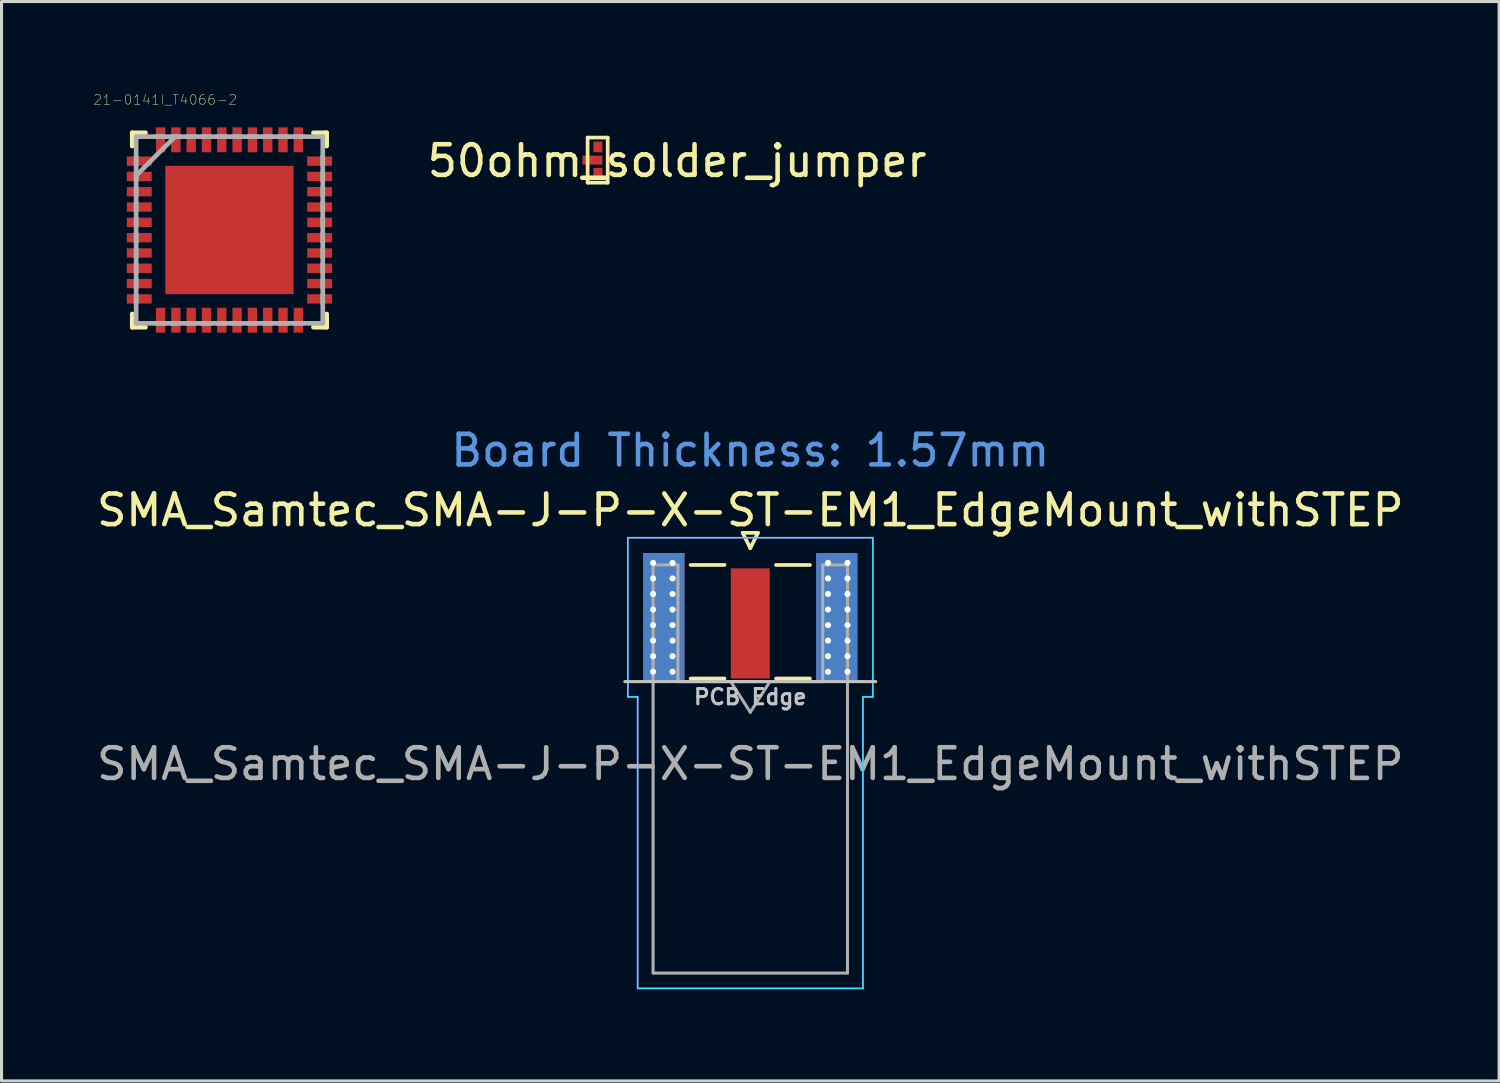
<source format=kicad_pcb>
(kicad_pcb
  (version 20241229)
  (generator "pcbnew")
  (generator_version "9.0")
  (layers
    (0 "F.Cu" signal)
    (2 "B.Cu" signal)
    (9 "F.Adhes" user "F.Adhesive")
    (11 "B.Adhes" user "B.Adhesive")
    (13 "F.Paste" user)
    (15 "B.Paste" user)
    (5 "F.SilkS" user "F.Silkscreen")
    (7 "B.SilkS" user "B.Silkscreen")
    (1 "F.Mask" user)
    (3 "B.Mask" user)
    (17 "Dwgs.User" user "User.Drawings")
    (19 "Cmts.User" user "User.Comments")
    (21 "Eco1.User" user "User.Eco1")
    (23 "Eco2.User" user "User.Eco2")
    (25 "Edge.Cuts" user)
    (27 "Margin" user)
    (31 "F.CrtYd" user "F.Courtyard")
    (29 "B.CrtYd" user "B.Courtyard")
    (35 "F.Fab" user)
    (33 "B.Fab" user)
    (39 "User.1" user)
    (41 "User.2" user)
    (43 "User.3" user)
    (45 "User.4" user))
  (footprint "50ohm_solder_jumper"
    (layer "F.Cu")
    (at 16.5 0.25)
    (property "Reference" "50ohm_solder_jumper" (at 2.565 1.956 0) (layer "F.SilkS") (effects (font (size 1 1) (thickness 0.15))))
    (attr through_hole)
    (fp_poly (pts (xy 0.1 2.261) (xy -0.15 2.261) (xy -0.15 1.6) (xy 0.1 1.6)) (stroke (width 0.1) (type solid)) (fill yes) (layer "F.Mask"))
    (fp_line (start -0.356 1.194) (end 0.3 1.194) (stroke (width 0.12) (type solid)) (layer "F.SilkS"))
    (fp_line (start -0.356 2.667) (end -0.356 1.194) (stroke (width 0.12) (type solid)) (layer "F.SilkS"))
    (fp_line (start 0.3 1.194) (end 0.3 2.667) (stroke (width 0.12) (type solid)) (layer "F.SilkS"))
    (fp_line (start 0.3 2.667) (end -0.356 2.667) (stroke (width 0.12) (type solid)) (layer "F.SilkS"))
    (pad "1" smd rect (at -0.02 1.5 270) (size 0.35 0.293) (layers "F.Cu"))
    (pad "2" smd rect (at -0.2 1.93) (size 0.65 0.293) (layers "F.Cu"))
    (pad "3" smd rect (at -0.02 2.362 90) (size 0.35 0.293) (layers "F.Cu")))
  (footprint "21-0141I_T4066-2"
    (layer "F.Cu")
    (at 4.445 4.463)
    (property "Reference" "21-0141I_T4066-2" (at -2.099 -4.253 0) (layer "F.SilkS") (effects (font (size 0.315 0.315) (thickness 0.015))))
    (attr through_hole)
    (fp_line (start -3.175 -3.175) (end -3.175 -2.743) (stroke (width 0.152) (type solid)) (layer "F.SilkS"))
    (fp_line (start -3.175 2.743) (end -3.175 3.175) (stroke (width 0.152) (type solid)) (layer "F.SilkS"))
    (fp_line (start -3.175 3.175) (end -2.743 3.175) (stroke (width 0.152) (type solid)) (layer "F.SilkS"))
    (fp_line (start -2.743 -3.175) (end -3.175 -3.175) (stroke (width 0.152) (type solid)) (layer "F.SilkS"))
    (fp_line (start 2.743 3.175) (end 3.175 3.175) (stroke (width 0.152) (type solid)) (layer "F.SilkS"))
    (fp_line (start 3.175 -3.175) (end 2.743 -3.175) (stroke (width 0.152) (type solid)) (layer "F.SilkS"))
    (fp_line (start 3.175 -2.743) (end 3.175 -3.175) (stroke (width 0.152) (type solid)) (layer "F.SilkS"))
    (fp_line (start 3.175 3.175) (end 3.175 2.743) (stroke (width 0.152) (type solid)) (layer "F.SilkS"))
    (fp_poly (pts (xy -1.996 -1.996) (xy -1.996 -0.798) (xy -0.798 -0.798) (xy -0.798 -1.996)) (stroke (width 0.025) (type solid)) (fill yes) (layer "F.Paste"))
    (fp_poly (pts (xy -1.996 -0.599) (xy -1.996 0.599) (xy -0.798 0.599) (xy -0.798 -0.599)) (stroke (width 0.025) (type solid)) (fill yes) (layer "F.Paste"))
    (fp_poly (pts (xy -1.996 0.798) (xy -1.996 1.996) (xy -0.798 1.996) (xy -0.798 0.798)) (stroke (width 0.025) (type solid)) (fill yes) (layer "F.Paste"))
    (fp_poly (pts (xy -0.599 -1.996) (xy -0.599 -0.798) (xy 0.599 -0.798) (xy 0.599 -1.996)) (stroke (width 0.025) (type solid)) (fill yes) (layer "F.Paste"))
    (fp_poly (pts (xy -0.599 -0.599) (xy -0.599 0.599) (xy 0.599 0.599) (xy 0.599 -0.599)) (stroke (width 0.025) (type solid)) (fill yes) (layer "F.Paste"))
    (fp_poly (pts (xy -0.599 0.798) (xy -0.599 1.996) (xy 0.599 1.996) (xy 0.599 0.798)) (stroke (width 0.025) (type solid)) (fill yes) (layer "F.Paste"))
    (fp_poly (pts (xy 0.798 -1.996) (xy 0.798 -0.798) (xy 1.996 -0.798) (xy 1.996 -1.996)) (stroke (width 0.025) (type solid)) (fill yes) (layer "F.Paste"))
    (fp_poly (pts (xy 0.798 -0.599) (xy 0.798 0.599) (xy 1.996 0.599) (xy 1.996 -0.599)) (stroke (width 0.025) (type solid)) (fill yes) (layer "F.Paste"))
    (fp_poly (pts (xy 0.798 0.798) (xy 0.798 1.996) (xy 1.996 1.996) (xy 1.996 0.798)) (stroke (width 0.025) (type solid)) (fill yes) (layer "F.Paste"))
    (fp_line (start -3.048 -3.048) (end -3.048 3.048) (stroke (width 0.152) (type solid)) (layer "F.Fab"))
    (fp_line (start -3.048 -2.413) (end -3.048 -2.108) (stroke (width 0.152) (type solid)) (layer "F.Fab"))
    (fp_line (start -3.048 -1.905) (end -3.048 -1.6) (stroke (width 0.152) (type solid)) (layer "F.Fab"))
    (fp_line (start -3.048 -1.778) (end -1.778 -3.048) (stroke (width 0.152) (type solid)) (layer "F.Fab"))
    (fp_line (start -3.048 -1.397) (end -3.048 -1.092) (stroke (width 0.152) (type solid)) (layer "F.Fab"))
    (fp_line (start -3.048 -0.914) (end -3.048 -0.61) (stroke (width 0.152) (type solid)) (layer "F.Fab"))
    (fp_line (start -3.048 -0.406) (end -3.048 -0.102) (stroke (width 0.152) (type solid)) (layer "F.Fab"))
    (fp_line (start -3.048 0.102) (end -3.048 0.406) (stroke (width 0.152) (type solid)) (layer "F.Fab"))
    (fp_line (start -3.048 0.61) (end -3.048 0.914) (stroke (width 0.152) (type solid)) (layer "F.Fab"))
    (fp_line (start -3.048 1.092) (end -3.048 1.397) (stroke (width 0.152) (type solid)) (layer "F.Fab"))
    (fp_line (start -3.048 1.6) (end -3.048 1.905) (stroke (width 0.152) (type solid)) (layer "F.Fab"))
    (fp_line (start -3.048 2.108) (end -3.048 2.413) (stroke (width 0.152) (type solid)) (layer "F.Fab"))
    (fp_line (start -3.048 3.048) (end 3.048 3.048) (stroke (width 0.152) (type solid)) (layer "F.Fab"))
    (fp_line (start -2.413 3.048) (end -2.108 3.048) (stroke (width 0.152) (type solid)) (layer "F.Fab"))
    (fp_line (start -2.108 -3.048) (end -2.413 -3.048) (stroke (width 0.152) (type solid)) (layer "F.Fab"))
    (fp_line (start -1.905 3.048) (end -1.6 3.048) (stroke (width 0.152) (type solid)) (layer "F.Fab"))
    (fp_line (start -1.6 -3.048) (end -1.905 -3.048) (stroke (width 0.152) (type solid)) (layer "F.Fab"))
    (fp_line (start -1.397 3.048) (end -1.092 3.048) (stroke (width 0.152) (type solid)) (layer "F.Fab"))
    (fp_line (start -1.092 -3.048) (end -1.397 -3.048) (stroke (width 0.152) (type solid)) (layer "F.Fab"))
    (fp_line (start -0.914 3.048) (end -0.61 3.048) (stroke (width 0.152) (type solid)) (layer "F.Fab"))
    (fp_line (start -0.61 -3.048) (end -0.914 -3.048) (stroke (width 0.152) (type solid)) (layer "F.Fab"))
    (fp_line (start -0.406 3.048) (end -0.102 3.048) (stroke (width 0.152) (type solid)) (layer "F.Fab"))
    (fp_line (start -0.102 -3.048) (end -0.406 -3.048) (stroke (width 0.152) (type solid)) (layer "F.Fab"))
    (fp_line (start 0.102 3.048) (end 0.406 3.048) (stroke (width 0.152) (type solid)) (layer "F.Fab"))
    (fp_line (start 0.406 -3.048) (end 0.102 -3.048) (stroke (width 0.152) (type solid)) (layer "F.Fab"))
    (fp_line (start 0.61 3.048) (end 0.914 3.048) (stroke (width 0.152) (type solid)) (layer "F.Fab"))
    (fp_line (start 0.914 -3.048) (end 0.61 -3.048) (stroke (width 0.152) (type solid)) (layer "F.Fab"))
    (fp_line (start 1.092 3.048) (end 1.397 3.048) (stroke (width 0.152) (type solid)) (layer "F.Fab"))
    (fp_line (start 1.397 -3.048) (end 1.092 -3.048) (stroke (width 0.152) (type solid)) (layer "F.Fab"))
    (fp_line (start 1.6 3.048) (end 1.905 3.048) (stroke (width 0.152) (type solid)) (layer "F.Fab"))
    (fp_line (start 1.905 -3.048) (end 1.6 -3.048) (stroke (width 0.152) (type solid)) (layer "F.Fab"))
    (fp_line (start 2.108 3.048) (end 2.413 3.048) (stroke (width 0.152) (type solid)) (layer "F.Fab"))
    (fp_line (start 2.413 -3.048) (end 2.108 -3.048) (stroke (width 0.152) (type solid)) (layer "F.Fab"))
    (fp_line (start 3.048 -3.048) (end -3.048 -3.048) (stroke (width 0.152) (type solid)) (layer "F.Fab"))
    (fp_line (start 3.048 -2.108) (end 3.048 -2.413) (stroke (width 0.152) (type solid)) (layer "F.Fab"))
    (fp_line (start 3.048 -1.6) (end 3.048 -1.905) (stroke (width 0.152) (type solid)) (layer "F.Fab"))
    (fp_line (start 3.048 -1.092) (end 3.048 -1.397) (stroke (width 0.152) (type solid)) (layer "F.Fab"))
    (fp_line (start 3.048 -0.61) (end 3.048 -0.914) (stroke (width 0.152) (type solid)) (layer "F.Fab"))
    (fp_line (start 3.048 -0.102) (end 3.048 -0.406) (stroke (width 0.152) (type solid)) (layer "F.Fab"))
    (fp_line (start 3.048 0.406) (end 3.048 0.102) (stroke (width 0.152) (type solid)) (layer "F.Fab"))
    (fp_line (start 3.048 0.914) (end 3.048 0.61) (stroke (width 0.152) (type solid)) (layer "F.Fab"))
    (fp_line (start 3.048 1.397) (end 3.048 1.092) (stroke (width 0.152) (type solid)) (layer "F.Fab"))
    (fp_line (start 3.048 1.905) (end 3.048 1.6) (stroke (width 0.152) (type solid)) (layer "F.Fab"))
    (fp_line (start 3.048 2.413) (end 3.048 2.108) (stroke (width 0.152) (type solid)) (layer "F.Fab"))
    (fp_line (start 3.048 3.048) (end 3.048 -3.048) (stroke (width 0.152) (type solid)) (layer "F.Fab"))
    (pad "1" smd rect (at -2.946 -2.25) (size 0.813 0.305) (layers "F.Cu" "F.Mask" "F.Paste"))
    (pad "2" smd rect (at -2.946 -1.75) (size 0.813 0.305) (layers "F.Cu" "F.Mask" "F.Paste"))
    (pad "3" smd rect (at -2.946 -1.25) (size 0.813 0.305) (layers "F.Cu" "F.Mask" "F.Paste"))
    (pad "4" smd rect (at -2.946 -0.75) (size 0.813 0.305) (layers "F.Cu" "F.Mask" "F.Paste"))
    (pad "5" smd rect (at -2.946 -0.25) (size 0.813 0.305) (layers "F.Cu" "F.Mask" "F.Paste"))
    (pad "6" smd rect (at -2.946 0.25) (size 0.813 0.305) (layers "F.Cu" "F.Mask" "F.Paste"))
    (pad "7" smd rect (at -2.946 0.75) (size 0.813 0.305) (layers "F.Cu" "F.Mask" "F.Paste"))
    (pad "8" smd rect (at -2.946 1.25) (size 0.813 0.305) (layers "F.Cu" "F.Mask" "F.Paste"))
    (pad "9" smd rect (at -2.946 1.75) (size 0.813 0.305) (layers "F.Cu" "F.Mask" "F.Paste"))
    (pad "10" smd rect (at -2.946 2.25) (size 0.813 0.305) (layers "F.Cu" "F.Mask" "F.Paste"))
    (pad "11" smd rect (at -2.25 2.946) (size 0.305 0.813) (layers "F.Cu" "F.Mask" "F.Paste"))
    (pad "12" smd rect (at -1.75 2.946) (size 0.305 0.813) (layers "F.Cu" "F.Mask" "F.Paste"))
    (pad "13" smd rect (at -1.25 2.946) (size 0.305 0.813) (layers "F.Cu" "F.Mask" "F.Paste"))
    (pad "14" smd rect (at -0.75 2.946) (size 0.305 0.813) (layers "F.Cu" "F.Mask" "F.Paste"))
    (pad "15" smd rect (at -0.25 2.946) (size 0.305 0.813) (layers "F.Cu" "F.Mask" "F.Paste"))
    (pad "16" smd rect (at 0.25 2.946) (size 0.305 0.813) (layers "F.Cu" "F.Mask" "F.Paste"))
    (pad "17" smd rect (at 0.75 2.946) (size 0.305 0.813) (layers "F.Cu" "F.Mask" "F.Paste"))
    (pad "18" smd rect (at 1.25 2.946) (size 0.305 0.813) (layers "F.Cu" "F.Mask" "F.Paste"))
    (pad "19" smd rect (at 1.75 2.946) (size 0.305 0.813) (layers "F.Cu" "F.Mask" "F.Paste"))
    (pad "20" smd rect (at 2.25 2.946) (size 0.305 0.813) (layers "F.Cu" "F.Mask" "F.Paste"))
    (pad "21" smd rect (at 2.946 2.25) (size 0.813 0.305) (layers "F.Cu" "F.Mask" "F.Paste"))
    (pad "22" smd rect (at 2.946 1.75) (size 0.813 0.305) (layers "F.Cu" "F.Mask" "F.Paste"))
    (pad "23" smd rect (at 2.946 1.25) (size 0.813 0.305) (layers "F.Cu" "F.Mask" "F.Paste"))
    (pad "24" smd rect (at 2.946 0.75) (size 0.813 0.305) (layers "F.Cu" "F.Mask" "F.Paste"))
    (pad "25" smd rect (at 2.946 0.25) (size 0.813 0.305) (layers "F.Cu" "F.Mask" "F.Paste"))
    (pad "26" smd rect (at 2.946 -0.25) (size 0.813 0.305) (layers "F.Cu" "F.Mask" "F.Paste"))
    (pad "27" smd rect (at 2.946 -0.75) (size 0.813 0.305) (layers "F.Cu" "F.Mask" "F.Paste"))
    (pad "28" smd rect (at 2.946 -1.25) (size 0.813 0.305) (layers "F.Cu" "F.Mask" "F.Paste"))
    (pad "29" smd rect (at 2.946 -1.75) (size 0.813 0.305) (layers "F.Cu" "F.Mask" "F.Paste"))
    (pad "30" smd rect (at 2.946 -2.25) (size 0.813 0.305) (layers "F.Cu" "F.Mask" "F.Paste"))
    (pad "31" smd rect (at 2.25 -2.946) (size 0.305 0.813) (layers "F.Cu" "F.Mask" "F.Paste"))
    (pad "32" smd rect (at 1.75 -2.946) (size 0.305 0.813) (layers "F.Cu" "F.Mask" "F.Paste"))
    (pad "33" smd rect (at 1.25 -2.946) (size 0.305 0.813) (layers "F.Cu" "F.Mask" "F.Paste"))
    (pad "34" smd rect (at 0.75 -2.946) (size 0.305 0.813) (layers "F.Cu" "F.Mask" "F.Paste"))
    (pad "35" smd rect (at 0.25 -2.946) (size 0.305 0.813) (layers "F.Cu" "F.Mask" "F.Paste"))
    (pad "36" smd rect (at -0.25 -2.946) (size 0.305 0.813) (layers "F.Cu" "F.Mask" "F.Paste"))
    (pad "37" smd rect (at -0.75 -2.946) (size 0.305 0.813) (layers "F.Cu" "F.Mask" "F.Paste"))
    (pad "38" smd rect (at -1.25 -2.946) (size 0.305 0.813) (layers "F.Cu" "F.Mask" "F.Paste"))
    (pad "39" smd rect (at -1.75 -2.946) (size 0.305 0.813) (layers "F.Cu" "F.Mask" "F.Paste"))
    (pad "40" smd rect (at -2.25 -2.946) (size 0.305 0.813) (layers "F.Cu" "F.Mask" "F.Paste"))
    (pad "41" smd rect (at 0 0) (size 4.191 4.191) (layers "F.Cu" "F.Mask")))
  (footprint "SMA_Samtec_SMA-J-P-X-ST-EM1_EdgeMount_withSTEP"
    (layer "F.Cu")
    (at 21.458 17.114)
    (property "Reference" "SMA_Samtec_SMA-J-P-X-ST-EM1_EdgeMount_withSTEP" (at 0 -3.5 0) (layer "F.SilkS") (effects (font (size 1 1) (thickness 0.15))))
    (attr smd)
    (fp_line (start -1.95 -1.71) (end -0.84 -1.71) (stroke (width 0.12) (type solid)) (layer "F.SilkS"))
    (fp_line (start -1.95 2) (end -0.84 2) (stroke (width 0.12) (type solid)) (layer "F.SilkS"))
    (fp_line (start -0.25 -2.76) (end 0 -2.26) (stroke (width 0.12) (type solid)) (layer "F.SilkS"))
    (fp_line (start 0 -2.26) (end 0.25 -2.76) (stroke (width 0.12) (type solid)) (layer "F.SilkS"))
    (fp_line (start 0.25 -2.76) (end -0.25 -2.76) (stroke (width 0.12) (type solid)) (layer "F.SilkS"))
    (fp_line (start 0.84 -1.71) (end 1.95 -1.71) (stroke (width 0.12) (type solid)) (layer "F.SilkS"))
    (fp_line (start 0.84 2) (end 1.95 2) (stroke (width 0.12) (type solid)) (layer "F.SilkS"))
    (fp_line (start 4.1 2.1) (end -4.1 2.1) (stroke (width 0.1) (type solid)) (layer "Dwgs.User"))
    (fp_line (start -4 -2.6) (end 4 -2.6) (stroke (width 0.05) (type solid)) (layer "B.CrtYd"))
    (fp_line (start -4 2.6) (end -4 -2.6) (stroke (width 0.05) (type solid)) (layer "B.CrtYd"))
    (fp_line (start -3.68 2.6) (end -4 2.6) (stroke (width 0.05) (type solid)) (layer "B.CrtYd"))
    (fp_line (start -3.68 12.12) (end -3.68 2.6) (stroke (width 0.05) (type solid)) (layer "B.CrtYd"))
    (fp_line (start 3.68 2.6) (end 3.68 12.12) (stroke (width 0.05) (type solid)) (layer "B.CrtYd"))
    (fp_line (start 3.68 12.12) (end -3.68 12.12) (stroke (width 0.05) (type solid)) (layer "B.CrtYd"))
    (fp_line (start 4 2.6) (end 3.68 2.6) (stroke (width 0.05) (type solid)) (layer "B.CrtYd"))
    (fp_line (start 4 2.6) (end 4 -2.6) (stroke (width 0.05) (type solid)) (layer "B.CrtYd"))
    (fp_line (start -4 -2.6) (end 4 -2.6) (stroke (width 0.05) (type solid)) (layer "F.CrtYd"))
    (fp_line (start -4 2.6) (end -4 -2.6) (stroke (width 0.05) (type solid)) (layer "F.CrtYd"))
    (fp_line (start -3.68 2.6) (end -4 2.6) (stroke (width 0.05) (type solid)) (layer "F.CrtYd"))
    (fp_line (start -3.68 12.12) (end -3.68 2.6) (stroke (width 0.05) (type solid)) (layer "F.CrtYd"))
    (fp_line (start 3.68 2.6) (end 3.68 12.12) (stroke (width 0.05) (type solid)) (layer "F.CrtYd"))
    (fp_line (start 3.68 2.6) (end 4 2.6) (stroke (width 0.05) (type solid)) (layer "F.CrtYd"))
    (fp_line (start 3.68 12.12) (end -3.68 12.12) (stroke (width 0.05) (type solid)) (layer "F.CrtYd"))
    (fp_line (start 4 2.6) (end 4 -2.6) (stroke (width 0.05) (type solid)) (layer "F.CrtYd"))
    (fp_line (start -3.175 -1.71) (end -3.175 11.62) (stroke (width 0.1) (type solid)) (layer "F.Fab"))
    (fp_line (start -2.365 -1.71) (end -3.175 -1.71) (stroke (width 0.1) (type solid)) (layer "F.Fab"))
    (fp_line (start -2.365 2.1) (end -2.365 -1.71) (stroke (width 0.1) (type solid)) (layer "F.Fab"))
    (fp_line (start 0 3.1) (end -0.64 2.1) (stroke (width 0.1) (type solid)) (layer "F.Fab"))
    (fp_line (start 0.64 2.1) (end 0 3.1) (stroke (width 0.1) (type solid)) (layer "F.Fab"))
    (fp_line (start 2.365 -1.71) (end 2.365 2.1) (stroke (width 0.1) (type solid)) (layer "F.Fab"))
    (fp_line (start 2.365 2.1) (end -2.365 2.1) (stroke (width 0.1) (type solid)) (layer "F.Fab"))
    (fp_line (start 3.165 11.62) (end -3.165 11.62) (stroke (width 0.1) (type solid)) (layer "F.Fab"))
    (fp_line (start 3.175 -1.71) (end 2.365 -1.71) (stroke (width 0.1) (type solid)) (layer "F.Fab"))
    (fp_line (start 3.175 -1.71) (end 3.175 11.62) (stroke (width 0.1) (type solid)) (layer "F.Fab"))
    (fp_text user "PCB Edge" (at 0 2.6 0) (layer "Dwgs.User") (effects (font (size 0.5 0.5) (thickness 0.1))))
    (fp_text user "Board Thickness: 1.57mm" (at 0 -5.45 0) (layer "Cmts.User") (effects (font (size 1 1) (thickness 0.15))))
    (fp_text user "${REFERENCE}" (at 0 4.79 180) (layer "F.Fab") (effects (font (size 1 1) (thickness 0.15))))
    (pad "1" smd rect (at 0 0.2) (size 1.27 3.6) (layers "F.Cu" "F.Mask" "F.Paste"))
    (pad "2" thru_hole circle (at -3.175 -1.778) (size 0.4 0.4) (drill 0.2) (layers "*.Cu"))
    (pad "2" thru_hole circle (at -3.175 -1.27) (size 0.4 0.4) (drill 0.2) (layers "*.Cu"))
    (pad "2" thru_hole circle (at -3.175 -0.762) (size 0.4 0.4) (drill 0.2) (layers "*.Cu"))
    (pad "2" thru_hole circle (at -3.175 -0.254) (size 0.4 0.4) (drill 0.2) (layers "*.Cu"))
    (pad "2" thru_hole circle (at -3.175 0.254) (size 0.4 0.4) (drill 0.2) (layers "*.Cu"))
    (pad "2" thru_hole circle (at -3.175 0.762) (size 0.4 0.4) (drill 0.2) (layers "*.Cu"))
    (pad "2" thru_hole circle (at -3.175 1.27) (size 0.4 0.4) (drill 0.2) (layers "*.Cu"))
    (pad "2" thru_hole circle (at -3.175 1.778) (size 0.4 0.4) (drill 0.2) (layers "*.Cu"))
    (pad "2" smd rect (at -2.825 0) (size 1.35 4.2) (layers "F.Cu" "F.Mask" "F.Paste"))
    (pad "2" smd rect (at -2.825 0) (size 1.35 4.2) (layers "B.Cu" "B.Mask" "B.Paste"))
    (pad "2" thru_hole circle (at -2.54 -1.778) (size 0.4 0.4) (drill 0.2) (layers "*.Cu"))
    (pad "2" thru_hole circle (at -2.54 -1.27) (size 0.4 0.4) (drill 0.2) (layers "*.Cu"))
    (pad "2" thru_hole circle (at -2.54 -0.762) (size 0.4 0.4) (drill 0.2) (layers "*.Cu"))
    (pad "2" thru_hole circle (at -2.54 -0.254) (size 0.4 0.4) (drill 0.2) (layers "*.Cu"))
    (pad "2" thru_hole circle (at -2.54 0.254) (size 0.4 0.4) (drill 0.2) (layers "*.Cu"))
    (pad "2" thru_hole circle (at -2.54 0.762) (size 0.4 0.4) (drill 0.2) (layers "*.Cu"))
    (pad "2" thru_hole circle (at -2.54 1.27) (size 0.4 0.4) (drill 0.2) (layers "*.Cu"))
    (pad "2" thru_hole circle (at -2.54 1.778) (size 0.4 0.4) (drill 0.2) (layers "*.Cu"))
    (pad "2" thru_hole circle (at 2.54 -1.778) (size 0.4 0.4) (drill 0.2) (layers "*.Cu"))
    (pad "2" thru_hole circle (at 2.54 -1.27) (size 0.4 0.4) (drill 0.2) (layers "*.Cu"))
    (pad "2" thru_hole circle (at 2.54 -0.762) (size 0.4 0.4) (drill 0.2) (layers "*.Cu"))
    (pad "2" thru_hole circle (at 2.54 -0.254) (size 0.4 0.4) (drill 0.2) (layers "*.Cu"))
    (pad "2" thru_hole circle (at 2.54 0.254) (size 0.4 0.4) (drill 0.2) (layers "*.Cu"))
    (pad "2" thru_hole circle (at 2.54 0.762) (size 0.4 0.4) (drill 0.2) (layers "*.Cu"))
    (pad "2" thru_hole circle (at 2.54 1.27) (size 0.4 0.4) (drill 0.2) (layers "*.Cu"))
    (pad "2" thru_hole circle (at 2.54 1.778) (size 0.4 0.4) (drill 0.2) (layers "*.Cu"))
    (pad "2" smd rect (at 2.825 0) (size 1.35 4.2) (layers "F.Cu" "F.Mask" "F.Paste"))
    (pad "2" smd rect (at 2.825 0) (size 1.35 4.2) (layers "B.Cu" "B.Mask" "B.Paste"))
    (pad "2" thru_hole circle (at 3.175 -1.778) (size 0.4 0.4) (drill 0.2) (layers "*.Cu"))
    (pad "2" thru_hole circle (at 3.175 -1.27) (size 0.4 0.4) (drill 0.2) (layers "*.Cu"))
    (pad "2" thru_hole circle (at 3.175 -0.762) (size 0.4 0.4) (drill 0.2) (layers "*.Cu"))
    (pad "2" thru_hole circle (at 3.175 -0.254) (size 0.4 0.4) (drill 0.2) (layers "*.Cu"))
    (pad "2" thru_hole circle (at 3.175 0.254) (size 0.4 0.4) (drill 0.2) (layers "*.Cu"))
    (pad "2" thru_hole circle (at 3.175 0.762) (size 0.4 0.4) (drill 0.2) (layers "*.Cu"))
    (pad "2" thru_hole circle (at 3.175 1.27) (size 0.4 0.4) (drill 0.2) (layers "*.Cu"))
    (pad "2" thru_hole circle (at 3.175 1.778) (size 0.4 0.4) (drill 0.2) (layers "*.Cu")))
  (gr_rect
    (start -3 -3)
    (end 45.917 32.259)
    (stroke (width 0.1) (type default))
    (fill no)
    (layer "Edge.Cuts")))
</source>
